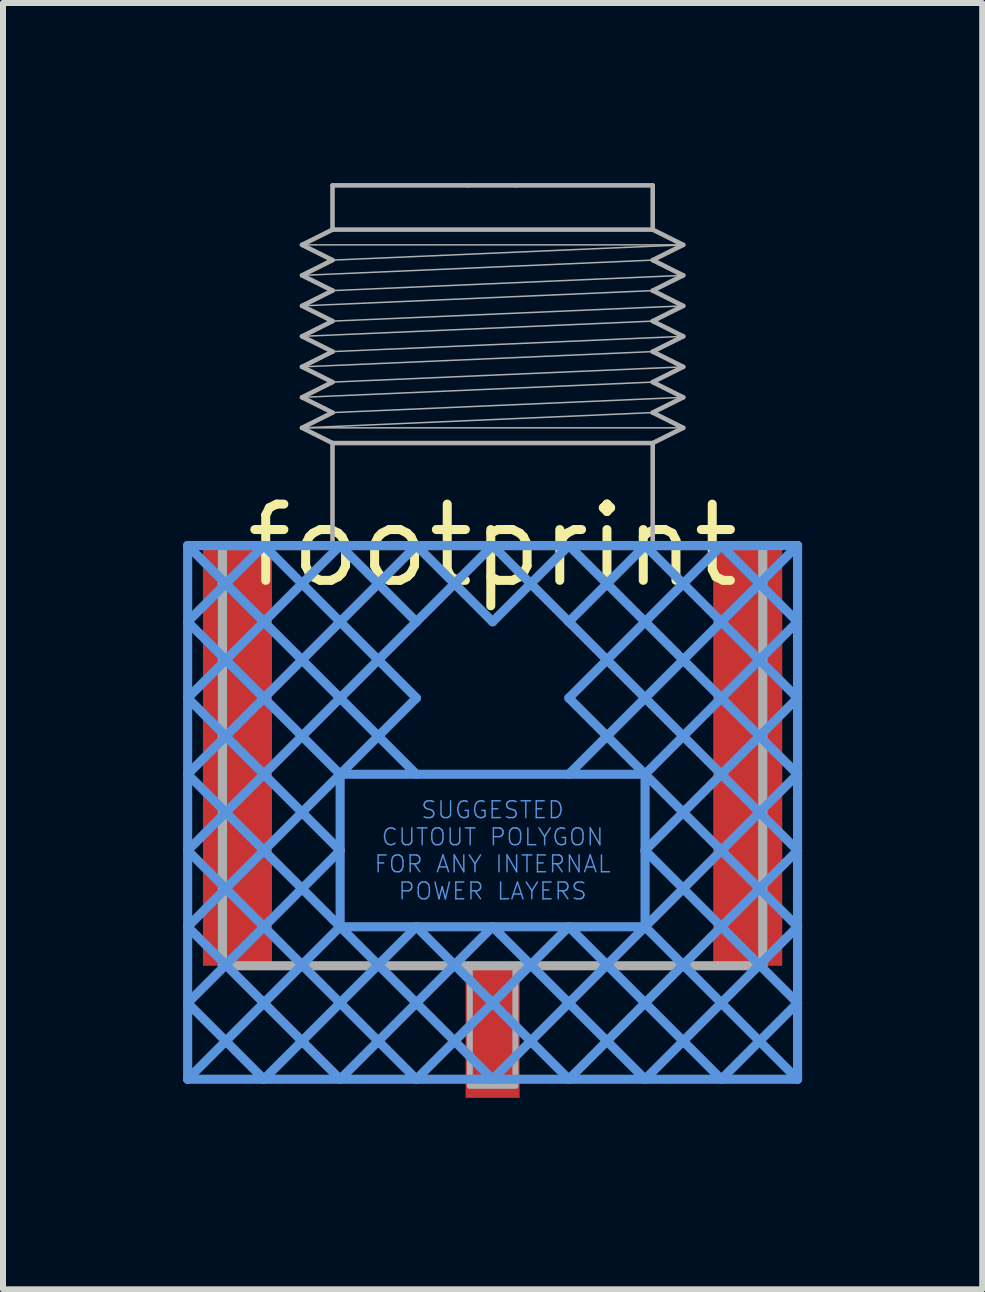
<source format=kicad_pcb>
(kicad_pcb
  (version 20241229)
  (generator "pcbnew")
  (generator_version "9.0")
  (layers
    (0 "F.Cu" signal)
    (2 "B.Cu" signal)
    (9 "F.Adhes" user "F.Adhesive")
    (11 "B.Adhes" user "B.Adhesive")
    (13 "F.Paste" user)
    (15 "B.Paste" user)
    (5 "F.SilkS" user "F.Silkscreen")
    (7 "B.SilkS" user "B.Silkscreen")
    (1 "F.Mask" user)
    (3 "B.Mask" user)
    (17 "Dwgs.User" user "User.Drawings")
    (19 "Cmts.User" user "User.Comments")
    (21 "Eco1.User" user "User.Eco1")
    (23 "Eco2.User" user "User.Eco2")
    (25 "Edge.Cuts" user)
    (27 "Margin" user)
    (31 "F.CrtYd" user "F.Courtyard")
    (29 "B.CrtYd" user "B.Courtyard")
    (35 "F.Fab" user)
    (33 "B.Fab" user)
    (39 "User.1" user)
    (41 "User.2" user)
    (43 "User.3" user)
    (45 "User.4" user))
  (footprint "footprint"
    (layer "F.Cu")
    (at 5.156 6.038)
    (property "Reference" "footprint" (at 0 0 0) (layer "F.SilkS") (effects (font (size 1.27 1.27) (thickness 0.15))))
    (fp_poly (pts (xy -4.93 7) (xy -3.68 7) (xy -3.68 0) (xy -4.93 0)) (stroke (width 0) (type solid)) (fill yes) (layer "F.Paste"))
    (fp_poly (pts (xy -0.55 9.39) (xy 0.55 9.39) (xy 0.55 6.99) (xy -0.55 6.99)) (stroke (width 0) (type solid)) (fill yes) (layer "F.Paste"))
    (fp_poly (pts (xy 3.68 7) (xy 4.93 7) (xy 4.93 0) (xy 3.68 0)) (stroke (width 0) (type solid)) (fill yes) (layer "F.Paste"))
    (fp_line (start -5.08 0) (end -5.08 1.27) (stroke (width 0.152) (type solid)) (layer "Cmts.User"))
    (fp_line (start -5.08 0) (end -1.27 3.81) (stroke (width 0.152) (type solid)) (layer "Cmts.User"))
    (fp_line (start -5.08 1.27) (end -5.08 2.54) (stroke (width 0.152) (type solid)) (layer "Cmts.User"))
    (fp_line (start -5.08 1.27) (end -2.54 3.81) (stroke (width 0.152) (type solid)) (layer "Cmts.User"))
    (fp_line (start -5.08 2.54) (end -5.08 3.81) (stroke (width 0.152) (type solid)) (layer "Cmts.User"))
    (fp_line (start -5.08 2.54) (end -2.54 5.08) (stroke (width 0.152) (type solid)) (layer "Cmts.User"))
    (fp_line (start -5.08 3.81) (end -5.08 5.08) (stroke (width 0.152) (type solid)) (layer "Cmts.User"))
    (fp_line (start -5.08 3.81) (end -2.54 6.35) (stroke (width 0.152) (type solid)) (layer "Cmts.User"))
    (fp_line (start -5.08 5.08) (end -5.08 6.35) (stroke (width 0.152) (type solid)) (layer "Cmts.User"))
    (fp_line (start -5.08 5.08) (end -1.27 8.89) (stroke (width 0.152) (type solid)) (layer "Cmts.User"))
    (fp_line (start -5.08 6.35) (end -5.08 7.62) (stroke (width 0.152) (type solid)) (layer "Cmts.User"))
    (fp_line (start -5.08 6.35) (end -2.54 8.89) (stroke (width 0.152) (type solid)) (layer "Cmts.User"))
    (fp_line (start -5.08 7.62) (end -5.08 8.89) (stroke (width 0.152) (type solid)) (layer "Cmts.User"))
    (fp_line (start -5.08 7.62) (end -3.81 8.89) (stroke (width 0.152) (type solid)) (layer "Cmts.User"))
    (fp_line (start -5.08 8.89) (end -3.81 8.89) (stroke (width 0.152) (type solid)) (layer "Cmts.User"))
    (fp_line (start -3.81 0) (end -5.08 0) (stroke (width 0.152) (type solid)) (layer "Cmts.User"))
    (fp_line (start -3.81 0) (end -5.08 1.27) (stroke (width 0.152) (type solid)) (layer "Cmts.User"))
    (fp_line (start -3.81 0) (end -1.27 2.54) (stroke (width 0.152) (type solid)) (layer "Cmts.User"))
    (fp_line (start -3.81 8.89) (end -2.54 8.89) (stroke (width 0.152) (type solid)) (layer "Cmts.User"))
    (fp_line (start -2.54 0) (end -5.08 2.54) (stroke (width 0.152) (type solid)) (layer "Cmts.User"))
    (fp_line (start -2.54 0) (end -3.81 0) (stroke (width 0.152) (type solid)) (layer "Cmts.User"))
    (fp_line (start -2.54 0) (end -1.27 1.27) (stroke (width 0.152) (type solid)) (layer "Cmts.User"))
    (fp_line (start -2.54 3.81) (end -5.08 6.35) (stroke (width 0.152) (type solid)) (layer "Cmts.User"))
    (fp_line (start -2.54 3.81) (end -2.54 5.08) (stroke (width 0.152) (type solid)) (layer "Cmts.User"))
    (fp_line (start -2.54 5.08) (end -5.08 7.62) (stroke (width 0.152) (type solid)) (layer "Cmts.User"))
    (fp_line (start -2.54 5.08) (end -2.54 6.35) (stroke (width 0.152) (type solid)) (layer "Cmts.User"))
    (fp_line (start -2.54 6.35) (end -5.08 8.89) (stroke (width 0.152) (type solid)) (layer "Cmts.User"))
    (fp_line (start -2.54 6.35) (end -1.27 6.35) (stroke (width 0.152) (type solid)) (layer "Cmts.User"))
    (fp_line (start -2.54 6.35) (end 0 8.89) (stroke (width 0.152) (type solid)) (layer "Cmts.User"))
    (fp_line (start -2.54 8.89) (end -1.27 8.89) (stroke (width 0.152) (type solid)) (layer "Cmts.User"))
    (fp_line (start -1.27 0) (end -5.08 3.81) (stroke (width 0.152) (type solid)) (layer "Cmts.User"))
    (fp_line (start -1.27 0) (end -2.54 0) (stroke (width 0.152) (type solid)) (layer "Cmts.User"))
    (fp_line (start -1.27 0) (end 0 1.27) (stroke (width 0.152) (type solid)) (layer "Cmts.User"))
    (fp_line (start -1.27 1.27) (end -5.08 5.08) (stroke (width 0.152) (type solid)) (layer "Cmts.User"))
    (fp_line (start -1.27 2.54) (end -2.54 3.81) (stroke (width 0.152) (type solid)) (layer "Cmts.User"))
    (fp_line (start -1.27 3.81) (end -2.54 3.81) (stroke (width 0.152) (type solid)) (layer "Cmts.User"))
    (fp_line (start -1.27 6.35) (end -3.81 8.89) (stroke (width 0.152) (type solid)) (layer "Cmts.User"))
    (fp_line (start -1.27 6.35) (end 0 6.35) (stroke (width 0.152) (type solid)) (layer "Cmts.User"))
    (fp_line (start -1.27 6.35) (end 1.27 8.89) (stroke (width 0.152) (type solid)) (layer "Cmts.User"))
    (fp_line (start -1.27 8.89) (end 0 8.89) (stroke (width 0.152) (type solid)) (layer "Cmts.User"))
    (fp_line (start 0 0) (end -1.27 0) (stroke (width 0.152) (type solid)) (layer "Cmts.User"))
    (fp_line (start 0 0) (end -1.27 1.27) (stroke (width 0.152) (type solid)) (layer "Cmts.User"))
    (fp_line (start 0 0) (end 1.27 1.27) (stroke (width 0.152) (type solid)) (layer "Cmts.User"))
    (fp_line (start 0 6.35) (end -2.54 8.89) (stroke (width 0.152) (type solid)) (layer "Cmts.User"))
    (fp_line (start 0 6.35) (end 1.27 6.35) (stroke (width 0.152) (type solid)) (layer "Cmts.User"))
    (fp_line (start 0 6.35) (end 2.54 8.89) (stroke (width 0.152) (type solid)) (layer "Cmts.User"))
    (fp_line (start 0 8.89) (end 1.27 8.89) (stroke (width 0.152) (type solid)) (layer "Cmts.User"))
    (fp_line (start 1.27 0) (end 0 0) (stroke (width 0.152) (type solid)) (layer "Cmts.User"))
    (fp_line (start 1.27 0) (end 0 1.27) (stroke (width 0.152) (type solid)) (layer "Cmts.User"))
    (fp_line (start 1.27 0) (end 5.08 3.81) (stroke (width 0.152) (type solid)) (layer "Cmts.User"))
    (fp_line (start 1.27 1.27) (end 5.08 5.08) (stroke (width 0.152) (type solid)) (layer "Cmts.User"))
    (fp_line (start 1.27 2.54) (end 2.54 3.81) (stroke (width 0.152) (type solid)) (layer "Cmts.User"))
    (fp_line (start 1.27 3.81) (end -1.27 3.81) (stroke (width 0.152) (type solid)) (layer "Cmts.User"))
    (fp_line (start 1.27 6.35) (end -1.27 8.89) (stroke (width 0.152) (type solid)) (layer "Cmts.User"))
    (fp_line (start 1.27 6.35) (end 2.54 6.35) (stroke (width 0.152) (type solid)) (layer "Cmts.User"))
    (fp_line (start 1.27 6.35) (end 3.81 8.89) (stroke (width 0.152) (type solid)) (layer "Cmts.User"))
    (fp_line (start 1.27 8.89) (end 2.54 8.89) (stroke (width 0.152) (type solid)) (layer "Cmts.User"))
    (fp_line (start 2.54 0) (end 1.27 0) (stroke (width 0.152) (type solid)) (layer "Cmts.User"))
    (fp_line (start 2.54 0) (end 1.27 1.27) (stroke (width 0.152) (type solid)) (layer "Cmts.User"))
    (fp_line (start 2.54 0) (end 5.08 2.54) (stroke (width 0.152) (type solid)) (layer "Cmts.User"))
    (fp_line (start 2.54 3.81) (end 1.27 3.81) (stroke (width 0.152) (type solid)) (layer "Cmts.User"))
    (fp_line (start 2.54 3.81) (end 5.08 6.35) (stroke (width 0.152) (type solid)) (layer "Cmts.User"))
    (fp_line (start 2.54 5.08) (end 2.54 3.81) (stroke (width 0.152) (type solid)) (layer "Cmts.User"))
    (fp_line (start 2.54 5.08) (end 5.08 7.62) (stroke (width 0.152) (type solid)) (layer "Cmts.User"))
    (fp_line (start 2.54 6.35) (end 0 8.89) (stroke (width 0.152) (type solid)) (layer "Cmts.User"))
    (fp_line (start 2.54 6.35) (end 2.54 5.08) (stroke (width 0.152) (type solid)) (layer "Cmts.User"))
    (fp_line (start 2.54 6.35) (end 5.08 8.89) (stroke (width 0.152) (type solid)) (layer "Cmts.User"))
    (fp_line (start 2.54 8.89) (end 3.81 8.89) (stroke (width 0.152) (type solid)) (layer "Cmts.User"))
    (fp_line (start 3.81 0) (end 1.27 2.54) (stroke (width 0.152) (type solid)) (layer "Cmts.User"))
    (fp_line (start 3.81 0) (end 2.54 0) (stroke (width 0.152) (type solid)) (layer "Cmts.User"))
    (fp_line (start 3.81 8.89) (end 5.08 8.89) (stroke (width 0.152) (type solid)) (layer "Cmts.User"))
    (fp_line (start 5.08 0) (end 1.27 3.81) (stroke (width 0.152) (type solid)) (layer "Cmts.User"))
    (fp_line (start 5.08 0) (end 3.81 0) (stroke (width 0.152) (type solid)) (layer "Cmts.User"))
    (fp_line (start 5.08 1.27) (end 2.54 3.81) (stroke (width 0.152) (type solid)) (layer "Cmts.User"))
    (fp_line (start 5.08 1.27) (end 3.81 0) (stroke (width 0.152) (type solid)) (layer "Cmts.User"))
    (fp_line (start 5.08 1.27) (end 5.08 0) (stroke (width 0.152) (type solid)) (layer "Cmts.User"))
    (fp_line (start 5.08 2.54) (end 2.54 5.08) (stroke (width 0.152) (type solid)) (layer "Cmts.User"))
    (fp_line (start 5.08 2.54) (end 5.08 1.27) (stroke (width 0.152) (type solid)) (layer "Cmts.User"))
    (fp_line (start 5.08 3.81) (end 2.54 6.35) (stroke (width 0.152) (type solid)) (layer "Cmts.User"))
    (fp_line (start 5.08 3.81) (end 5.08 2.54) (stroke (width 0.152) (type solid)) (layer "Cmts.User"))
    (fp_line (start 5.08 5.08) (end 1.27 8.89) (stroke (width 0.152) (type solid)) (layer "Cmts.User"))
    (fp_line (start 5.08 5.08) (end 5.08 3.81) (stroke (width 0.152) (type solid)) (layer "Cmts.User"))
    (fp_line (start 5.08 6.35) (end 2.54 8.89) (stroke (width 0.152) (type solid)) (layer "Cmts.User"))
    (fp_line (start 5.08 6.35) (end 5.08 5.08) (stroke (width 0.152) (type solid)) (layer "Cmts.User"))
    (fp_line (start 5.08 7.62) (end 3.81 8.89) (stroke (width 0.152) (type solid)) (layer "Cmts.User"))
    (fp_line (start 5.08 7.62) (end 5.08 6.35) (stroke (width 0.152) (type solid)) (layer "Cmts.User"))
    (fp_line (start 5.08 8.89) (end 5.08 7.62) (stroke (width 0.152) (type solid)) (layer "Cmts.User"))
    (fp_line (start -4.5 0) (end -2.667 0) (stroke (width 0.152) (type solid)) (layer "F.Fab"))
    (fp_line (start -4.5 7) (end -4.5 0) (stroke (width 0.152) (type solid)) (layer "F.Fab"))
    (fp_line (start -3.175 -5.009) (end -2.667 -5.263) (stroke (width 0.076) (type solid)) (layer "F.Fab"))
    (fp_line (start -3.175 -4.501) (end -2.667 -4.755) (stroke (width 0.076) (type solid)) (layer "F.Fab"))
    (fp_line (start -3.175 -4.501) (end 2.667 -4.755) (stroke (width 0.025) (type solid)) (layer "F.Fab"))
    (fp_line (start -3.175 -3.993) (end -2.667 -4.247) (stroke (width 0.076) (type solid)) (layer "F.Fab"))
    (fp_line (start -3.175 -3.993) (end -2.667 -3.739) (stroke (width 0.076) (type solid)) (layer "F.Fab"))
    (fp_line (start -3.175 -3.993) (end 2.667 -4.247) (stroke (width 0.025) (type solid)) (layer "F.Fab"))
    (fp_line (start -3.175 -3.485) (end -2.667 -3.739) (stroke (width 0.076) (type solid)) (layer "F.Fab"))
    (fp_line (start -3.175 -3.485) (end 2.667 -3.739) (stroke (width 0.025) (type solid)) (layer "F.Fab"))
    (fp_line (start -3.175 -2.977) (end -2.667 -3.231) (stroke (width 0.076) (type solid)) (layer "F.Fab"))
    (fp_line (start -3.175 -2.977) (end 2.667 -3.231) (stroke (width 0.025) (type solid)) (layer "F.Fab"))
    (fp_line (start -3.175 -2.469) (end -2.667 -2.723) (stroke (width 0.076) (type solid)) (layer "F.Fab"))
    (fp_line (start -3.175 -2.469) (end 2.667 -2.723) (stroke (width 0.025) (type solid)) (layer "F.Fab"))
    (fp_line (start -3.175 -1.961) (end -2.667 -2.215) (stroke (width 0.076) (type solid)) (layer "F.Fab"))
    (fp_line (start -3.175 -1.961) (end 2.667 -2.215) (stroke (width 0.025) (type solid)) (layer "F.Fab"))
    (fp_line (start -3.175 -1.961) (end 3.175 -1.961) (stroke (width 0.025) (type solid)) (layer "F.Fab"))
    (fp_line (start -2.667 -6) (end -0.4 -6) (stroke (width 0.076) (type solid)) (layer "F.Fab"))
    (fp_line (start -2.667 -5.263) (end -2.667 -6) (stroke (width 0.076) (type solid)) (layer "F.Fab"))
    (fp_line (start -2.667 -5.263) (end 2.667 -5.263) (stroke (width 0.076) (type solid)) (layer "F.Fab"))
    (fp_line (start -2.667 -4.755) (end -3.175 -5.009) (stroke (width 0.076) (type solid)) (layer "F.Fab"))
    (fp_line (start -2.667 -4.755) (end 3.175 -5.009) (stroke (width 0.025) (type solid)) (layer "F.Fab"))
    (fp_line (start -2.667 -4.247) (end -3.175 -4.501) (stroke (width 0.076) (type solid)) (layer "F.Fab"))
    (fp_line (start -2.667 -4.247) (end 3.175 -4.501) (stroke (width 0.025) (type solid)) (layer "F.Fab"))
    (fp_line (start -2.667 -3.739) (end 3.175 -3.993) (stroke (width 0.025) (type solid)) (layer "F.Fab"))
    (fp_line (start -2.667 -3.231) (end -3.175 -3.485) (stroke (width 0.076) (type solid)) (layer "F.Fab"))
    (fp_line (start -2.667 -3.231) (end 3.175 -3.485) (stroke (width 0.025) (type solid)) (layer "F.Fab"))
    (fp_line (start -2.667 -2.723) (end -3.175 -2.977) (stroke (width 0.076) (type solid)) (layer "F.Fab"))
    (fp_line (start -2.667 -2.723) (end 3.175 -2.977) (stroke (width 0.025) (type solid)) (layer "F.Fab"))
    (fp_line (start -2.667 -2.215) (end -3.175 -2.469) (stroke (width 0.076) (type solid)) (layer "F.Fab"))
    (fp_line (start -2.667 -2.215) (end 3.175 -2.469) (stroke (width 0.025) (type solid)) (layer "F.Fab"))
    (fp_line (start -2.667 -1.707) (end -3.175 -1.961) (stroke (width 0.076) (type solid)) (layer "F.Fab"))
    (fp_line (start -2.667 -1.707) (end 2.667 -1.707) (stroke (width 0.076) (type solid)) (layer "F.Fab"))
    (fp_line (start -2.667 0) (end -2.667 -1.707) (stroke (width 0.076) (type solid)) (layer "F.Fab"))
    (fp_line (start -2.667 0) (end 2.667 0) (stroke (width 0.152) (type solid)) (layer "F.Fab"))
    (fp_line (start -0.4 -6) (end 0.4 -6) (stroke (width 0.076) (type solid)) (layer "F.Fab"))
    (fp_line (start 0.4 -6) (end 2.667 -6) (stroke (width 0.076) (type solid)) (layer "F.Fab"))
    (fp_line (start 2.667 -6) (end 2.667 -5.263) (stroke (width 0.076) (type solid)) (layer "F.Fab"))
    (fp_line (start 2.667 -5.263) (end 3.175 -5.009) (stroke (width 0.076) (type solid)) (layer "F.Fab"))
    (fp_line (start 2.667 -4.755) (end 3.175 -4.501) (stroke (width 0.076) (type solid)) (layer "F.Fab"))
    (fp_line (start 2.667 -4.247) (end 3.175 -3.993) (stroke (width 0.076) (type solid)) (layer "F.Fab"))
    (fp_line (start 2.667 -3.739) (end 3.175 -3.485) (stroke (width 0.076) (type solid)) (layer "F.Fab"))
    (fp_line (start 2.667 -3.231) (end 3.175 -2.977) (stroke (width 0.076) (type solid)) (layer "F.Fab"))
    (fp_line (start 2.667 -2.723) (end 3.175 -2.469) (stroke (width 0.076) (type solid)) (layer "F.Fab"))
    (fp_line (start 2.667 -2.215) (end 3.175 -1.961) (stroke (width 0.076) (type solid)) (layer "F.Fab"))
    (fp_line (start 2.667 -1.707) (end 2.667 0) (stroke (width 0.076) (type solid)) (layer "F.Fab"))
    (fp_line (start 2.667 0) (end 4.5 0) (stroke (width 0.152) (type solid)) (layer "F.Fab"))
    (fp_line (start 3.175 -5.009) (end -3.175 -5.009) (stroke (width 0.025) (type solid)) (layer "F.Fab"))
    (fp_line (start 3.175 -5.009) (end 2.667 -4.755) (stroke (width 0.076) (type solid)) (layer "F.Fab"))
    (fp_line (start 3.175 -4.501) (end 2.667 -4.247) (stroke (width 0.076) (type solid)) (layer "F.Fab"))
    (fp_line (start 3.175 -3.993) (end 2.667 -3.739) (stroke (width 0.076) (type solid)) (layer "F.Fab"))
    (fp_line (start 3.175 -3.485) (end 2.667 -3.231) (stroke (width 0.076) (type solid)) (layer "F.Fab"))
    (fp_line (start 3.175 -2.977) (end 2.667 -2.723) (stroke (width 0.076) (type solid)) (layer "F.Fab"))
    (fp_line (start 3.175 -2.469) (end 2.667 -2.215) (stroke (width 0.076) (type solid)) (layer "F.Fab"))
    (fp_line (start 3.175 -1.961) (end 2.667 -1.707) (stroke (width 0.076) (type solid)) (layer "F.Fab"))
    (fp_line (start 4.5 0) (end 4.5 7) (stroke (width 0.152) (type solid)) (layer "F.Fab"))
    (fp_line (start 4.5 7) (end -4.5 7) (stroke (width 0.152) (type solid)) (layer "F.Fab"))
    (fp_poly (pts (xy 0.38 7) (xy -0.38 7) (xy -0.38 9) (xy 0.38 9)) (stroke (width 0.1) (type solid)) (fill no) (layer "F.Fab"))
    (fp_text user "SUGGESTED\nCUTOUT POLYGON\nFOR ANY INTERNAL\nPOWER LAYERS" (at 0 5.08 0) (layer "Cmts.User") (effects (font (size 0.28 0.28) (thickness 0.024))))
    (pad "GND@0" smd rect (at -4.25 3.5) (size 1.15 7) (layers "F.Cu" "F.Mask"))
    (pad "GND@1" smd rect (at 4.25 3.5) (size 1.15 7) (layers "F.Cu" "F.Mask"))
    (pad "SIG" smd rect (at 0 8.1) (size 0.9 2.2) (layers "F.Cu" "F.Mask")))
  (gr_rect
    (start -3 -3)
    (end 13.312 18.428)
    (stroke (width 0.1) (type default))
    (fill no)
    (layer "Edge.Cuts")))
</source>
